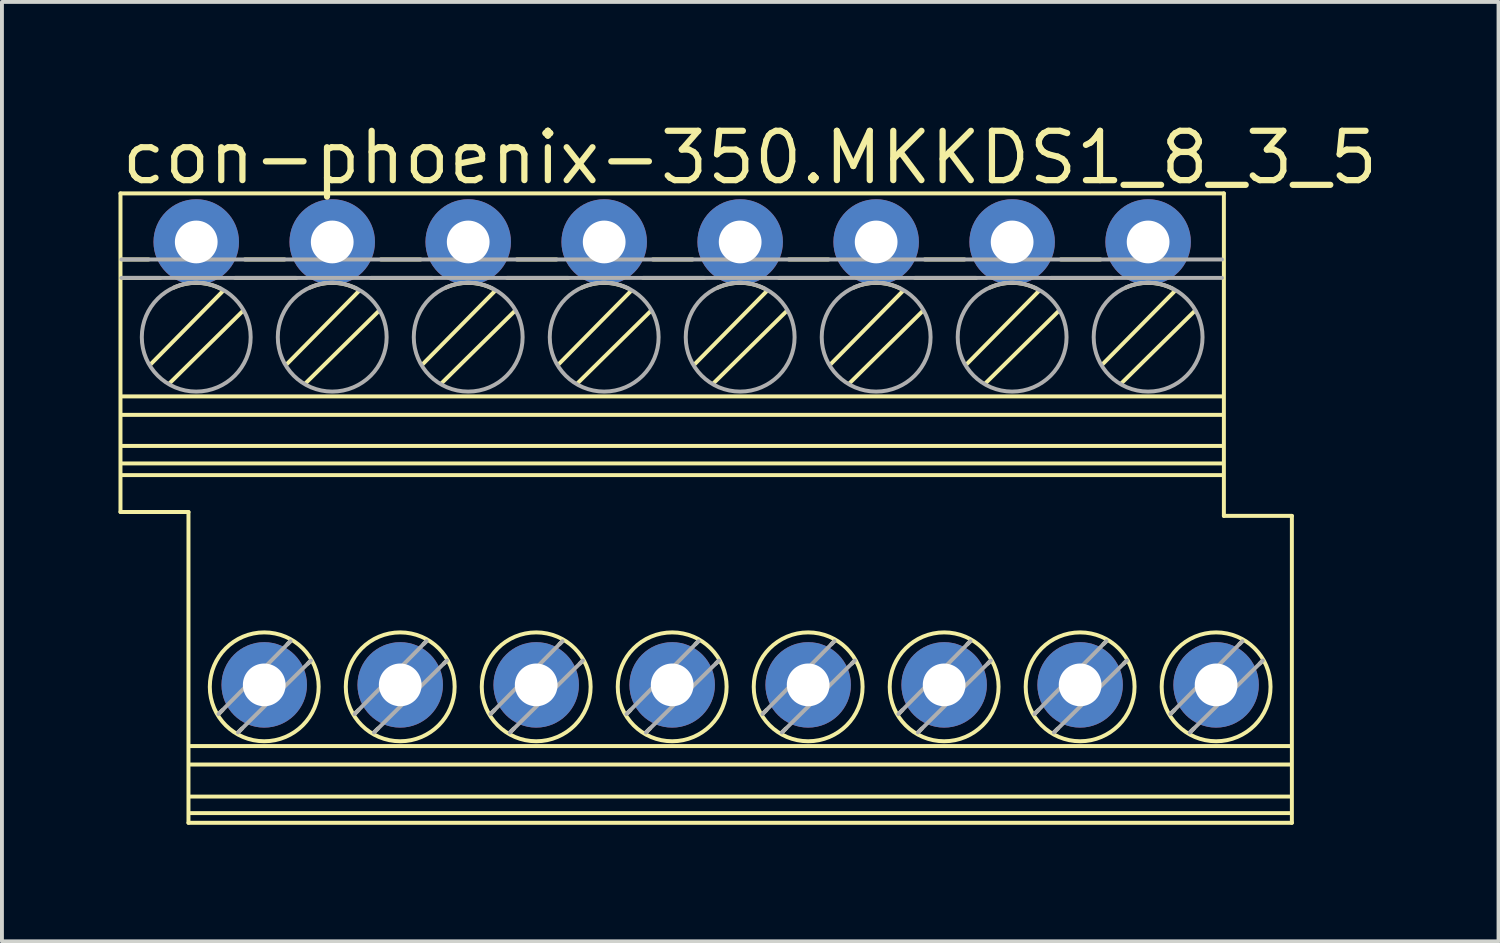
<source format=kicad_pcb>
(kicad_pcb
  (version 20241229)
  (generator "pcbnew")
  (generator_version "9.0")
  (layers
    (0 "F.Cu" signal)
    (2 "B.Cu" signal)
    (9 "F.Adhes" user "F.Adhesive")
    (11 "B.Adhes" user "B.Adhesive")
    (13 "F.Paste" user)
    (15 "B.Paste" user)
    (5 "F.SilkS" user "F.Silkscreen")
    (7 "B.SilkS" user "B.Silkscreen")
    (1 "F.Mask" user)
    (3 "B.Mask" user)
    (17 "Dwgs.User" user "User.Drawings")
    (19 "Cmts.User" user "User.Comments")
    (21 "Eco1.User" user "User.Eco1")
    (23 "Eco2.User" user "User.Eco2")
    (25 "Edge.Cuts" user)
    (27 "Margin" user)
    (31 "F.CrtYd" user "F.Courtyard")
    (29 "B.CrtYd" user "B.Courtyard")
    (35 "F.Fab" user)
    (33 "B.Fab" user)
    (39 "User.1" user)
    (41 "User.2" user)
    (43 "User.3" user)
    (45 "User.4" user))
  (footprint "con-phoenix-350.MKKDS1_8_3_5"
    (layer "F.Cu")
    (at 14.251 10.028)
    (property "Reference" "con-phoenix-350.MKKDS1_8_3_5" (at -14.251 -8.278 0) (layer "F.SilkS") (effects (font (size 1.27 1.27) (thickness 0.16)) (justify left bottom)))
    (attr through_hole)
    (fp_line (start -14.2 -8.1) (end 14.2 -8.1) (stroke (width 0.102) (type default)) (layer "F.SilkS"))
    (fp_line (start -14.2 0.1) (end -14.2 -8.1) (stroke (width 0.102) (type default)) (layer "F.SilkS"))
    (fp_line (start -14.175 -6.4) (end -13.475 -6.4) (stroke (width 0.102) (type default)) (layer "F.SilkS"))
    (fp_line (start -14.175 -5.925) (end -13.175 -5.925) (stroke (width 0.102) (type default)) (layer "F.SilkS"))
    (fp_line (start -14.15 -2.875) (end 14.175 -2.875) (stroke (width 0.102) (type default)) (layer "F.SilkS"))
    (fp_line (start -14.15 -2.4) (end 14.175 -2.4) (stroke (width 0.102) (type default)) (layer "F.SilkS"))
    (fp_line (start -14.15 -1.6) (end 14.175 -1.6) (stroke (width 0.102) (type default)) (layer "F.SilkS"))
    (fp_line (start -14.15 -0.85) (end 14.175 -0.85) (stroke (width 0.102) (type default)) (layer "F.SilkS"))
    (fp_line (start -13.425 -3.7) (end -11.575 -5.575) (stroke (width 0.102) (type default)) (layer "F.SilkS"))
    (fp_line (start -12.925 -3.225) (end -11.05 -5.075) (stroke (width 0.102) (type default)) (layer "F.SilkS"))
    (fp_line (start -12.45 0.1) (end -14.2 0.1) (stroke (width 0.102) (type default)) (layer "F.SilkS"))
    (fp_line (start -12.45 8.1) (end -12.45 0.1) (stroke (width 0.102) (type default)) (layer "F.SilkS"))
    (fp_line (start -12.4 6.125) (end 15.925 6.125) (stroke (width 0.102) (type default)) (layer "F.SilkS"))
    (fp_line (start -12.4 6.6) (end 15.925 6.6) (stroke (width 0.102) (type default)) (layer "F.SilkS"))
    (fp_line (start -12.4 7.425) (end 15.925 7.425) (stroke (width 0.102) (type default)) (layer "F.SilkS"))
    (fp_line (start -12.4 7.85) (end 15.925 7.85) (stroke (width 0.102) (type default)) (layer "F.SilkS"))
    (fp_line (start -11.675 5.3) (end -11.575 5.2) (stroke (width 0.102) (type default)) (layer "F.SilkS"))
    (fp_line (start -11.25 -5.925) (end -9.675 -5.925) (stroke (width 0.102) (type default)) (layer "F.SilkS"))
    (fp_line (start -11.175 5.775) (end -11.075 5.675) (stroke (width 0.102) (type default)) (layer "F.SilkS"))
    (fp_line (start -11 -6.4) (end -9.975 -6.4) (stroke (width 0.102) (type default)) (layer "F.SilkS"))
    (fp_line (start -9.925 -3.7) (end -8.075 -5.575) (stroke (width 0.102) (type default)) (layer "F.SilkS"))
    (fp_line (start -9.9 3.5) (end -9.825 3.425) (stroke (width 0.102) (type default)) (layer "F.SilkS"))
    (fp_line (start -9.425 -3.225) (end -7.55 -5.075) (stroke (width 0.102) (type default)) (layer "F.SilkS"))
    (fp_line (start -9.375 4) (end -9.3 3.925) (stroke (width 0.102) (type default)) (layer "F.SilkS"))
    (fp_line (start -8.175 5.3) (end -8.075 5.2) (stroke (width 0.102) (type default)) (layer "F.SilkS"))
    (fp_line (start -7.75 -5.925) (end -6.175 -5.925) (stroke (width 0.102) (type default)) (layer "F.SilkS"))
    (fp_line (start -7.675 5.775) (end -7.575 5.675) (stroke (width 0.102) (type default)) (layer "F.SilkS"))
    (fp_line (start -7.5 -6.4) (end -6.475 -6.4) (stroke (width 0.102) (type default)) (layer "F.SilkS"))
    (fp_line (start -6.425 -3.7) (end -4.575 -5.575) (stroke (width 0.102) (type default)) (layer "F.SilkS"))
    (fp_line (start -6.4 3.5) (end -6.325 3.425) (stroke (width 0.102) (type default)) (layer "F.SilkS"))
    (fp_line (start -5.925 -3.225) (end -4.05 -5.075) (stroke (width 0.102) (type default)) (layer "F.SilkS"))
    (fp_line (start -5.875 4) (end -5.8 3.925) (stroke (width 0.102) (type default)) (layer "F.SilkS"))
    (fp_line (start -4.675 5.3) (end -4.575 5.2) (stroke (width 0.102) (type default)) (layer "F.SilkS"))
    (fp_line (start -4.25 -5.925) (end -2.675 -5.925) (stroke (width 0.102) (type default)) (layer "F.SilkS"))
    (fp_line (start -4.175 5.775) (end -4.075 5.675) (stroke (width 0.102) (type default)) (layer "F.SilkS"))
    (fp_line (start -4 -6.4) (end -2.975 -6.4) (stroke (width 0.102) (type default)) (layer "F.SilkS"))
    (fp_line (start -2.925 -3.7) (end -1.075 -5.575) (stroke (width 0.102) (type default)) (layer "F.SilkS"))
    (fp_line (start -2.9 3.5) (end -2.825 3.425) (stroke (width 0.102) (type default)) (layer "F.SilkS"))
    (fp_line (start -2.425 -3.225) (end -0.55 -5.075) (stroke (width 0.102) (type default)) (layer "F.SilkS"))
    (fp_line (start -2.375 4) (end -2.3 3.925) (stroke (width 0.102) (type default)) (layer "F.SilkS"))
    (fp_line (start -1.175 5.3) (end -1.075 5.2) (stroke (width 0.102) (type default)) (layer "F.SilkS"))
    (fp_line (start -0.75 -5.925) (end 0.825 -5.925) (stroke (width 0.102) (type default)) (layer "F.SilkS"))
    (fp_line (start -0.675 5.775) (end -0.575 5.675) (stroke (width 0.102) (type default)) (layer "F.SilkS"))
    (fp_line (start -0.5 -6.4) (end 0.525 -6.4) (stroke (width 0.102) (type default)) (layer "F.SilkS"))
    (fp_line (start 0.575 -3.7) (end 2.425 -5.575) (stroke (width 0.102) (type default)) (layer "F.SilkS"))
    (fp_line (start 0.6 3.5) (end 0.675 3.425) (stroke (width 0.102) (type default)) (layer "F.SilkS"))
    (fp_line (start 1.075 -3.225) (end 2.95 -5.075) (stroke (width 0.102) (type default)) (layer "F.SilkS"))
    (fp_line (start 1.125 4) (end 1.2 3.925) (stroke (width 0.102) (type default)) (layer "F.SilkS"))
    (fp_line (start 2.325 5.3) (end 2.425 5.2) (stroke (width 0.102) (type default)) (layer "F.SilkS"))
    (fp_line (start 2.75 -5.925) (end 4.325 -5.925) (stroke (width 0.102) (type default)) (layer "F.SilkS"))
    (fp_line (start 2.825 5.775) (end 2.925 5.675) (stroke (width 0.102) (type default)) (layer "F.SilkS"))
    (fp_line (start 3 -6.4) (end 4.025 -6.4) (stroke (width 0.102) (type default)) (layer "F.SilkS"))
    (fp_line (start 4.075 -3.7) (end 5.925 -5.575) (stroke (width 0.102) (type default)) (layer "F.SilkS"))
    (fp_line (start 4.1 3.5) (end 4.175 3.425) (stroke (width 0.102) (type default)) (layer "F.SilkS"))
    (fp_line (start 4.575 -3.225) (end 6.45 -5.075) (stroke (width 0.102) (type default)) (layer "F.SilkS"))
    (fp_line (start 4.625 4) (end 4.7 3.925) (stroke (width 0.102) (type default)) (layer "F.SilkS"))
    (fp_line (start 5.825 5.3) (end 5.925 5.2) (stroke (width 0.102) (type default)) (layer "F.SilkS"))
    (fp_line (start 6.25 -5.925) (end 7.825 -5.925) (stroke (width 0.102) (type default)) (layer "F.SilkS"))
    (fp_line (start 6.325 5.775) (end 6.425 5.675) (stroke (width 0.102) (type default)) (layer "F.SilkS"))
    (fp_line (start 6.5 -6.4) (end 7.525 -6.4) (stroke (width 0.102) (type default)) (layer "F.SilkS"))
    (fp_line (start 7.575 -3.7) (end 9.425 -5.575) (stroke (width 0.102) (type default)) (layer "F.SilkS"))
    (fp_line (start 7.6 3.5) (end 7.675 3.425) (stroke (width 0.102) (type default)) (layer "F.SilkS"))
    (fp_line (start 8.075 -3.225) (end 9.95 -5.075) (stroke (width 0.102) (type default)) (layer "F.SilkS"))
    (fp_line (start 8.125 4) (end 8.2 3.925) (stroke (width 0.102) (type default)) (layer "F.SilkS"))
    (fp_line (start 9.325 5.3) (end 9.425 5.2) (stroke (width 0.102) (type default)) (layer "F.SilkS"))
    (fp_line (start 9.75 -5.925) (end 11.325 -5.925) (stroke (width 0.102) (type default)) (layer "F.SilkS"))
    (fp_line (start 9.825 5.775) (end 9.925 5.675) (stroke (width 0.102) (type default)) (layer "F.SilkS"))
    (fp_line (start 10 -6.4) (end 11.025 -6.4) (stroke (width 0.102) (type default)) (layer "F.SilkS"))
    (fp_line (start 11.075 -3.7) (end 12.925 -5.575) (stroke (width 0.102) (type default)) (layer "F.SilkS"))
    (fp_line (start 11.1 3.5) (end 11.175 3.425) (stroke (width 0.102) (type default)) (layer "F.SilkS"))
    (fp_line (start 11.575 -3.225) (end 13.45 -5.075) (stroke (width 0.102) (type default)) (layer "F.SilkS"))
    (fp_line (start 11.625 4) (end 11.7 3.925) (stroke (width 0.102) (type default)) (layer "F.SilkS"))
    (fp_line (start 12.825 5.3) (end 12.925 5.2) (stroke (width 0.102) (type default)) (layer "F.SilkS"))
    (fp_line (start 13.325 5.775) (end 13.425 5.675) (stroke (width 0.102) (type default)) (layer "F.SilkS"))
    (fp_line (start 14.175 -1.15) (end -14.15 -1.15) (stroke (width 0.102) (type default)) (layer "F.SilkS"))
    (fp_line (start 14.2 -8.1) (end 14.2 0.2) (stroke (width 0.102) (type default)) (layer "F.SilkS"))
    (fp_line (start 14.2 0.2) (end 15.95 0.2) (stroke (width 0.102) (type default)) (layer "F.SilkS"))
    (fp_line (start 14.6 3.5) (end 14.675 3.425) (stroke (width 0.102) (type default)) (layer "F.SilkS"))
    (fp_line (start 15.125 4) (end 15.2 3.925) (stroke (width 0.102) (type default)) (layer "F.SilkS"))
    (fp_line (start 15.95 0.2) (end 15.95 8.1) (stroke (width 0.102) (type default)) (layer "F.SilkS"))
    (fp_line (start 15.95 8.1) (end -12.45 8.1) (stroke (width 0.102) (type default)) (layer "F.SilkS"))
    (fp_arc (start -12.825 -5.675) (mid -12.222184 -5.797679) (end -11.625 -5.65) (stroke (width 0.1016) (type default)) (layer "F.SilkS"))
    (fp_arc (start -9.325 -5.675) (mid -8.722184 -5.797679) (end -8.125 -5.65) (stroke (width 0.1016) (type default)) (layer "F.SilkS"))
    (fp_arc (start -5.825 -5.675) (mid -5.222184 -5.797679) (end -4.625 -5.65) (stroke (width 0.1016) (type default)) (layer "F.SilkS"))
    (fp_arc (start -2.325 -5.675) (mid -1.722184 -5.797679) (end -1.125 -5.65) (stroke (width 0.1016) (type default)) (layer "F.SilkS"))
    (fp_arc (start 1.175 -5.675) (mid 1.777816 -5.797679) (end 2.375 -5.65) (stroke (width 0.1016) (type default)) (layer "F.SilkS"))
    (fp_arc (start 4.675 -5.675) (mid 5.277816 -5.797679) (end 5.875 -5.65) (stroke (width 0.1016) (type default)) (layer "F.SilkS"))
    (fp_arc (start 8.175 -5.675) (mid 8.777816 -5.797679) (end 9.375 -5.65) (stroke (width 0.1016) (type default)) (layer "F.SilkS"))
    (fp_arc (start 11.675 -5.675) (mid 12.277816 -5.797679) (end 12.875 -5.65) (stroke (width 0.1016) (type default)) (layer "F.SilkS"))
    (fp_circle (center -10.5 4.6) (end -9.099 4.6) (stroke (width 0.102) (type default)) (fill no) (layer "F.SilkS"))
    (fp_circle (center -7 4.6) (end -5.599 4.6) (stroke (width 0.102) (type default)) (fill no) (layer "F.SilkS"))
    (fp_circle (center -3.5 4.6) (end -2.099 4.6) (stroke (width 0.102) (type default)) (fill no) (layer "F.SilkS"))
    (fp_circle (center 0 4.6) (end 1.401 4.6) (stroke (width 0.102) (type default)) (fill no) (layer "F.SilkS"))
    (fp_circle (center 3.5 4.6) (end 4.901 4.6) (stroke (width 0.102) (type default)) (fill no) (layer "F.SilkS"))
    (fp_circle (center 7 4.6) (end 8.401 4.6) (stroke (width 0.102) (type default)) (fill no) (layer "F.SilkS"))
    (fp_circle (center 10.5 4.6) (end 11.901 4.6) (stroke (width 0.102) (type default)) (fill no) (layer "F.SilkS"))
    (fp_circle (center 14 4.6) (end 15.401 4.6) (stroke (width 0.102) (type default)) (fill no) (layer "F.SilkS"))
    (fp_line (start -14.175 -6.4) (end 14.15 -6.4) (stroke (width 0.102) (type default)) (layer "F.Fab"))
    (fp_line (start -14.175 -5.925) (end 14.15 -5.925) (stroke (width 0.102) (type default)) (layer "F.Fab"))
    (fp_line (start -11.675 5.3) (end -9.825 3.425) (stroke (width 0.102) (type default)) (layer "F.Fab"))
    (fp_line (start -11.175 5.775) (end -9.3 3.925) (stroke (width 0.102) (type default)) (layer "F.Fab"))
    (fp_line (start -8.175 5.3) (end -6.325 3.425) (stroke (width 0.102) (type default)) (layer "F.Fab"))
    (fp_line (start -7.675 5.775) (end -5.8 3.925) (stroke (width 0.102) (type default)) (layer "F.Fab"))
    (fp_line (start -4.675 5.3) (end -2.825 3.425) (stroke (width 0.102) (type default)) (layer "F.Fab"))
    (fp_line (start -4.175 5.775) (end -2.3 3.925) (stroke (width 0.102) (type default)) (layer "F.Fab"))
    (fp_line (start -1.175 5.3) (end 0.675 3.425) (stroke (width 0.102) (type default)) (layer "F.Fab"))
    (fp_line (start -0.675 5.775) (end 1.2 3.925) (stroke (width 0.102) (type default)) (layer "F.Fab"))
    (fp_line (start 2.325 5.3) (end 4.175 3.425) (stroke (width 0.102) (type default)) (layer "F.Fab"))
    (fp_line (start 2.825 5.775) (end 4.7 3.925) (stroke (width 0.102) (type default)) (layer "F.Fab"))
    (fp_line (start 5.825 5.3) (end 7.675 3.425) (stroke (width 0.102) (type default)) (layer "F.Fab"))
    (fp_line (start 6.325 5.775) (end 8.2 3.925) (stroke (width 0.102) (type default)) (layer "F.Fab"))
    (fp_line (start 9.325 5.3) (end 11.175 3.425) (stroke (width 0.102) (type default)) (layer "F.Fab"))
    (fp_line (start 9.825 5.775) (end 11.7 3.925) (stroke (width 0.102) (type default)) (layer "F.Fab"))
    (fp_line (start 12.825 5.3) (end 14.675 3.425) (stroke (width 0.102) (type default)) (layer "F.Fab"))
    (fp_line (start 13.325 5.775) (end 15.2 3.925) (stroke (width 0.102) (type default)) (layer "F.Fab"))
    (fp_circle (center -12.25 -4.4) (end -10.849 -4.4) (stroke (width 0.102) (type default)) (fill no) (layer "F.Fab"))
    (fp_circle (center -8.75 -4.4) (end -7.349 -4.4) (stroke (width 0.102) (type default)) (fill no) (layer "F.Fab"))
    (fp_circle (center -5.25 -4.4) (end -3.849 -4.4) (stroke (width 0.102) (type default)) (fill no) (layer "F.Fab"))
    (fp_circle (center -1.75 -4.4) (end -0.349 -4.4) (stroke (width 0.102) (type default)) (fill no) (layer "F.Fab"))
    (fp_circle (center 1.75 -4.4) (end 3.151 -4.4) (stroke (width 0.102) (type default)) (fill no) (layer "F.Fab"))
    (fp_circle (center 5.25 -4.4) (end 6.651 -4.4) (stroke (width 0.102) (type default)) (fill no) (layer "F.Fab"))
    (fp_circle (center 8.75 -4.4) (end 10.151 -4.4) (stroke (width 0.102) (type default)) (fill no) (layer "F.Fab"))
    (fp_circle (center 12.25 -4.4) (end 13.651 -4.4) (stroke (width 0.102) (type default)) (fill no) (layer "F.Fab"))
    (pad "1" thru_hole circle (at -12.25 -6.85) (size 2.2 2.2) (drill 1.1) (layers "*.Cu" "*.Mask"))
    (pad "2" thru_hole circle (at -10.5 4.55) (size 2.2 2.2) (drill 1.1) (layers "*.Cu" "*.Mask"))
    (pad "3" thru_hole circle (at -8.75 -6.85) (size 2.2 2.2) (drill 1.1) (layers "*.Cu" "*.Mask"))
    (pad "4" thru_hole circle (at -7 4.55) (size 2.2 2.2) (drill 1.1) (layers "*.Cu" "*.Mask"))
    (pad "5" thru_hole circle (at -5.25 -6.85) (size 2.2 2.2) (drill 1.1) (layers "*.Cu" "*.Mask"))
    (pad "6" thru_hole circle (at -3.5 4.55) (size 2.2 2.2) (drill 1.1) (layers "*.Cu" "*.Mask"))
    (pad "7" thru_hole circle (at -1.75 -6.85) (size 2.2 2.2) (drill 1.1) (layers "*.Cu" "*.Mask"))
    (pad "8" thru_hole circle (at 0 4.55) (size 2.2 2.2) (drill 1.1) (layers "*.Cu" "*.Mask"))
    (pad "9" thru_hole circle (at 1.75 -6.85) (size 2.2 2.2) (drill 1.1) (layers "*.Cu" "*.Mask"))
    (pad "10" thru_hole circle (at 3.5 4.55) (size 2.2 2.2) (drill 1.1) (layers "*.Cu" "*.Mask"))
    (pad "11" thru_hole circle (at 5.25 -6.85) (size 2.2 2.2) (drill 1.1) (layers "*.Cu" "*.Mask"))
    (pad "12" thru_hole circle (at 7 4.55) (size 2.2 2.2) (drill 1.1) (layers "*.Cu" "*.Mask"))
    (pad "13" thru_hole circle (at 8.75 -6.85) (size 2.2 2.2) (drill 1.1) (layers "*.Cu" "*.Mask"))
    (pad "14" thru_hole circle (at 10.5 4.55) (size 2.2 2.2) (drill 1.1) (layers "*.Cu" "*.Mask"))
    (pad "15" thru_hole circle (at 12.25 -6.85) (size 2.2 2.2) (drill 1.1) (layers "*.Cu" "*.Mask"))
    (pad "16" thru_hole circle (at 14 4.55) (size 2.2 2.2) (drill 1.1) (layers "*.Cu" "*.Mask")))
  (gr_rect
    (start -3 -3)
    (end 35.52 21.179)
    (stroke (width 0.1) (type default))
    (fill no)
    (layer "Edge.Cuts")))
</source>
